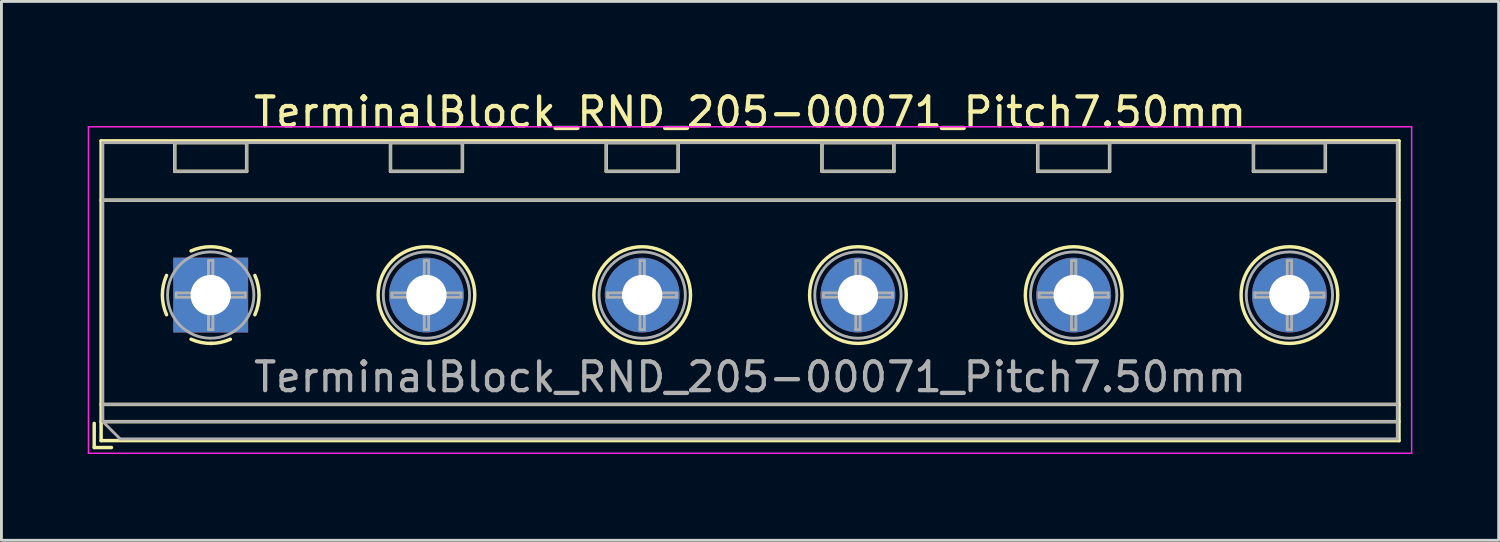
<source format=kicad_pcb>
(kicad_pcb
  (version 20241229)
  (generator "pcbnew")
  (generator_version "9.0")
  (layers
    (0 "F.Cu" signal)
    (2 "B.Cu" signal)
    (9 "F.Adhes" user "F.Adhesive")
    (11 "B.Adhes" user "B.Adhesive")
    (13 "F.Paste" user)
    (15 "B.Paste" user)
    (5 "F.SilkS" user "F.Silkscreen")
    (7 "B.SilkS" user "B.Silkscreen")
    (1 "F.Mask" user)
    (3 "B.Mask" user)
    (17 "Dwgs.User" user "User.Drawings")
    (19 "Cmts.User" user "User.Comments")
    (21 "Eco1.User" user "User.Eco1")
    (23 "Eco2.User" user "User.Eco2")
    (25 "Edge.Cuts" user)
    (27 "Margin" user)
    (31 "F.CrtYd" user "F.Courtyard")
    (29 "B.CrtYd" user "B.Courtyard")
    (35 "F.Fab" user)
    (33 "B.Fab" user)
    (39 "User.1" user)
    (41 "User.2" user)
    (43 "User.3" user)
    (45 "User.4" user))
  (footprint "TerminalBlock_RND_205-00071_Pitch7.50mm"
    (layer "F.Cu")
    (at 4.275 7.208)
    (property "Reference" "TerminalBlock_RND_205-00071_Pitch7.50mm" (at 18.75 -6.36 0) (layer "F.SilkS") (effects (font (size 1 1) (thickness 0.15))))
    (attr through_hole)
    (fp_line (start -4.05 4.46) (end -4.05 5.3) (stroke (width 0.12) (type solid)) (layer "F.SilkS"))
    (fp_line (start -4.05 5.3) (end -3.45 5.3) (stroke (width 0.12) (type solid)) (layer "F.SilkS"))
    (fp_line (start -3.81 -5.36) (end -3.81 5.06) (stroke (width 0.12) (type solid)) (layer "F.SilkS"))
    (fp_line (start -3.81 -3.3) (end 41.31 -3.3) (stroke (width 0.12) (type solid)) (layer "F.SilkS"))
    (fp_line (start -3.81 3.8) (end 41.31 3.8) (stroke (width 0.12) (type solid)) (layer "F.SilkS"))
    (fp_line (start -3.81 4.4) (end 41.31 4.4) (stroke (width 0.12) (type solid)) (layer "F.SilkS"))
    (fp_line (start -3.81 5.06) (end 41.31 5.06) (stroke (width 0.12) (type solid)) (layer "F.SilkS"))
    (fp_line (start -1.25 -5.301) (end -1.25 -4.301) (stroke (width 0.12) (type solid)) (layer "F.SilkS"))
    (fp_line (start -1.25 -5.301) (end 1.25 -5.301) (stroke (width 0.12) (type solid)) (layer "F.SilkS"))
    (fp_line (start -1.25 -4.301) (end 1.25 -4.301) (stroke (width 0.12) (type solid)) (layer "F.SilkS"))
    (fp_line (start 1.25 -5.301) (end 1.25 -4.301) (stroke (width 0.12) (type solid)) (layer "F.SilkS"))
    (fp_line (start 6.25 -5.301) (end 6.25 -4.301) (stroke (width 0.12) (type solid)) (layer "F.SilkS"))
    (fp_line (start 6.25 -5.301) (end 8.75 -5.301) (stroke (width 0.12) (type solid)) (layer "F.SilkS"))
    (fp_line (start 6.25 -4.301) (end 8.75 -4.301) (stroke (width 0.12) (type solid)) (layer "F.SilkS"))
    (fp_line (start 8.75 -5.301) (end 8.75 -4.301) (stroke (width 0.12) (type solid)) (layer "F.SilkS"))
    (fp_line (start 13.75 -5.301) (end 13.75 -4.301) (stroke (width 0.12) (type solid)) (layer "F.SilkS"))
    (fp_line (start 13.75 -5.301) (end 16.25 -5.301) (stroke (width 0.12) (type solid)) (layer "F.SilkS"))
    (fp_line (start 13.75 -4.301) (end 16.25 -4.301) (stroke (width 0.12) (type solid)) (layer "F.SilkS"))
    (fp_line (start 16.25 -5.301) (end 16.25 -4.301) (stroke (width 0.12) (type solid)) (layer "F.SilkS"))
    (fp_line (start 21.25 -5.301) (end 21.25 -4.301) (stroke (width 0.12) (type solid)) (layer "F.SilkS"))
    (fp_line (start 21.25 -5.301) (end 23.75 -5.301) (stroke (width 0.12) (type solid)) (layer "F.SilkS"))
    (fp_line (start 21.25 -4.301) (end 23.75 -4.301) (stroke (width 0.12) (type solid)) (layer "F.SilkS"))
    (fp_line (start 23.75 -5.301) (end 23.75 -4.301) (stroke (width 0.12) (type solid)) (layer "F.SilkS"))
    (fp_line (start 28.75 -5.301) (end 28.75 -4.301) (stroke (width 0.12) (type solid)) (layer "F.SilkS"))
    (fp_line (start 28.75 -5.301) (end 31.25 -5.301) (stroke (width 0.12) (type solid)) (layer "F.SilkS"))
    (fp_line (start 28.75 -4.301) (end 31.25 -4.301) (stroke (width 0.12) (type solid)) (layer "F.SilkS"))
    (fp_line (start 31.25 -5.301) (end 31.25 -4.301) (stroke (width 0.12) (type solid)) (layer "F.SilkS"))
    (fp_line (start 36.25 -5.301) (end 36.25 -4.301) (stroke (width 0.12) (type solid)) (layer "F.SilkS"))
    (fp_line (start 36.25 -5.301) (end 38.75 -5.301) (stroke (width 0.12) (type solid)) (layer "F.SilkS"))
    (fp_line (start 36.25 -4.301) (end 38.75 -4.301) (stroke (width 0.12) (type solid)) (layer "F.SilkS"))
    (fp_line (start 38.75 -5.301) (end 38.75 -4.301) (stroke (width 0.12) (type solid)) (layer "F.SilkS"))
    (fp_line (start 41.31 -5.36) (end -3.81 -5.36) (stroke (width 0.12) (type solid)) (layer "F.SilkS"))
    (fp_line (start 41.31 5.06) (end 41.31 -5.36) (stroke (width 0.12) (type solid)) (layer "F.SilkS"))
    (fp_arc (start -1.535427 0.683042) (mid -1.680501 -0.000524) (end -1.535 -0.684) (stroke (width 0.12) (type solid)) (layer "F.SilkS"))
    (fp_arc (start -0.683042 -1.535427) (mid 0.000524 -1.680501) (end 0.684 -1.535) (stroke (width 0.12) (type solid)) (layer "F.SilkS"))
    (fp_arc (start 0.028805 1.680253) (mid -0.335551 1.646659) (end -0.684 1.535) (stroke (width 0.12) (type solid)) (layer "F.SilkS"))
    (fp_arc (start 0.683318 1.534756) (mid 0.349292 1.643288) (end 0 1.68) (stroke (width 0.12) (type solid)) (layer "F.SilkS"))
    (fp_arc (start 1.535427 -0.683042) (mid 1.680501 0.000524) (end 1.535 0.684) (stroke (width 0.12) (type solid)) (layer "F.SilkS"))
    (fp_circle (center 7.5 0) (end 9.18 0) (stroke (width 0.12) (type solid)) (fill no) (layer "F.SilkS"))
    (fp_circle (center 15 0) (end 16.68 0) (stroke (width 0.12) (type solid)) (fill no) (layer "F.SilkS"))
    (fp_circle (center 22.5 0) (end 24.18 0) (stroke (width 0.12) (type solid)) (fill no) (layer "F.SilkS"))
    (fp_circle (center 30 0) (end 31.68 0) (stroke (width 0.12) (type solid)) (fill no) (layer "F.SilkS"))
    (fp_circle (center 37.5 0) (end 39.18 0) (stroke (width 0.12) (type solid)) (fill no) (layer "F.SilkS"))
    (fp_line (start -4.25 -5.85) (end -4.25 5.5) (stroke (width 0.05) (type solid)) (layer "F.CrtYd"))
    (fp_line (start -4.25 5.5) (end 41.75 5.5) (stroke (width 0.05) (type solid)) (layer "F.CrtYd"))
    (fp_line (start 41.75 -5.85) (end -4.25 -5.85) (stroke (width 0.05) (type solid)) (layer "F.CrtYd"))
    (fp_line (start 41.75 5.5) (end 41.75 -5.85) (stroke (width 0.05) (type solid)) (layer "F.CrtYd"))
    (fp_line (start -3.75 -5.3) (end 41.25 -5.3) (stroke (width 0.1) (type solid)) (layer "F.Fab"))
    (fp_line (start -3.75 -3.3) (end 41.25 -3.3) (stroke (width 0.1) (type solid)) (layer "F.Fab"))
    (fp_line (start -3.75 3.8) (end 41.25 3.8) (stroke (width 0.1) (type solid)) (layer "F.Fab"))
    (fp_line (start -3.75 4.4) (end -3.75 -5.3) (stroke (width 0.1) (type solid)) (layer "F.Fab"))
    (fp_line (start -3.75 4.4) (end 41.25 4.4) (stroke (width 0.1) (type solid)) (layer "F.Fab"))
    (fp_line (start -3.15 5) (end -3.75 4.4) (stroke (width 0.1) (type solid)) (layer "F.Fab"))
    (fp_line (start -1.25 -5.3) (end -1.25 -4.3) (stroke (width 0.1) (type solid)) (layer "F.Fab"))
    (fp_line (start -1.25 -4.3) (end 1.25 -4.3) (stroke (width 0.1) (type solid)) (layer "F.Fab"))
    (fp_line (start -1.201 -0.076) (end -0.076 -0.076) (stroke (width 0.1) (type solid)) (layer "F.Fab"))
    (fp_line (start -1.201 0.076) (end -1.201 -0.076) (stroke (width 0.1) (type solid)) (layer "F.Fab"))
    (fp_line (start -0.076 -1.201) (end 0.076 -1.201) (stroke (width 0.1) (type solid)) (layer "F.Fab"))
    (fp_line (start -0.076 -0.076) (end -0.076 -1.201) (stroke (width 0.1) (type solid)) (layer "F.Fab"))
    (fp_line (start -0.076 0.076) (end -1.201 0.076) (stroke (width 0.1) (type solid)) (layer "F.Fab"))
    (fp_line (start -0.076 1.201) (end -0.076 0.076) (stroke (width 0.1) (type solid)) (layer "F.Fab"))
    (fp_line (start 0.076 -1.201) (end 0.076 -0.076) (stroke (width 0.1) (type solid)) (layer "F.Fab"))
    (fp_line (start 0.076 -0.076) (end 1.201 -0.076) (stroke (width 0.1) (type solid)) (layer "F.Fab"))
    (fp_line (start 0.076 0.076) (end 0.076 1.201) (stroke (width 0.1) (type solid)) (layer "F.Fab"))
    (fp_line (start 0.076 1.201) (end -0.076 1.201) (stroke (width 0.1) (type solid)) (layer "F.Fab"))
    (fp_line (start 1.201 -0.076) (end 1.201 0.076) (stroke (width 0.1) (type solid)) (layer "F.Fab"))
    (fp_line (start 1.201 0.076) (end 0.076 0.076) (stroke (width 0.1) (type solid)) (layer "F.Fab"))
    (fp_line (start 1.25 -5.3) (end -1.25 -5.3) (stroke (width 0.1) (type solid)) (layer "F.Fab"))
    (fp_line (start 1.25 -4.3) (end 1.25 -5.3) (stroke (width 0.1) (type solid)) (layer "F.Fab"))
    (fp_line (start 6.25 -5.3) (end 6.25 -4.3) (stroke (width 0.1) (type solid)) (layer "F.Fab"))
    (fp_line (start 6.25 -4.3) (end 8.75 -4.3) (stroke (width 0.1) (type solid)) (layer "F.Fab"))
    (fp_line (start 6.299 -0.076) (end 7.424 -0.076) (stroke (width 0.1) (type solid)) (layer "F.Fab"))
    (fp_line (start 6.299 0.076) (end 6.299 -0.076) (stroke (width 0.1) (type solid)) (layer "F.Fab"))
    (fp_line (start 7.424 -1.201) (end 7.576 -1.201) (stroke (width 0.1) (type solid)) (layer "F.Fab"))
    (fp_line (start 7.424 -0.076) (end 7.424 -1.201) (stroke (width 0.1) (type solid)) (layer "F.Fab"))
    (fp_line (start 7.424 0.076) (end 6.299 0.076) (stroke (width 0.1) (type solid)) (layer "F.Fab"))
    (fp_line (start 7.424 1.201) (end 7.424 0.076) (stroke (width 0.1) (type solid)) (layer "F.Fab"))
    (fp_line (start 7.576 -1.201) (end 7.576 -0.076) (stroke (width 0.1) (type solid)) (layer "F.Fab"))
    (fp_line (start 7.576 -0.076) (end 8.701 -0.076) (stroke (width 0.1) (type solid)) (layer "F.Fab"))
    (fp_line (start 7.576 0.076) (end 7.576 1.201) (stroke (width 0.1) (type solid)) (layer "F.Fab"))
    (fp_line (start 7.576 1.201) (end 7.424 1.201) (stroke (width 0.1) (type solid)) (layer "F.Fab"))
    (fp_line (start 8.701 -0.076) (end 8.701 0.076) (stroke (width 0.1) (type solid)) (layer "F.Fab"))
    (fp_line (start 8.701 0.076) (end 7.576 0.076) (stroke (width 0.1) (type solid)) (layer "F.Fab"))
    (fp_line (start 8.75 -5.3) (end 6.25 -5.3) (stroke (width 0.1) (type solid)) (layer "F.Fab"))
    (fp_line (start 8.75 -4.3) (end 8.75 -5.3) (stroke (width 0.1) (type solid)) (layer "F.Fab"))
    (fp_line (start 13.75 -5.3) (end 13.75 -4.3) (stroke (width 0.1) (type solid)) (layer "F.Fab"))
    (fp_line (start 13.75 -4.3) (end 16.25 -4.3) (stroke (width 0.1) (type solid)) (layer "F.Fab"))
    (fp_line (start 13.799 -0.076) (end 14.924 -0.076) (stroke (width 0.1) (type solid)) (layer "F.Fab"))
    (fp_line (start 13.799 0.076) (end 13.799 -0.076) (stroke (width 0.1) (type solid)) (layer "F.Fab"))
    (fp_line (start 14.924 -1.201) (end 15.076 -1.201) (stroke (width 0.1) (type solid)) (layer "F.Fab"))
    (fp_line (start 14.924 -0.076) (end 14.924 -1.201) (stroke (width 0.1) (type solid)) (layer "F.Fab"))
    (fp_line (start 14.924 0.076) (end 13.799 0.076) (stroke (width 0.1) (type solid)) (layer "F.Fab"))
    (fp_line (start 14.924 1.201) (end 14.924 0.076) (stroke (width 0.1) (type solid)) (layer "F.Fab"))
    (fp_line (start 15.076 -1.201) (end 15.076 -0.076) (stroke (width 0.1) (type solid)) (layer "F.Fab"))
    (fp_line (start 15.076 -0.076) (end 16.201 -0.076) (stroke (width 0.1) (type solid)) (layer "F.Fab"))
    (fp_line (start 15.076 0.076) (end 15.076 1.201) (stroke (width 0.1) (type solid)) (layer "F.Fab"))
    (fp_line (start 15.076 1.201) (end 14.924 1.201) (stroke (width 0.1) (type solid)) (layer "F.Fab"))
    (fp_line (start 16.201 -0.076) (end 16.201 0.076) (stroke (width 0.1) (type solid)) (layer "F.Fab"))
    (fp_line (start 16.201 0.076) (end 15.076 0.076) (stroke (width 0.1) (type solid)) (layer "F.Fab"))
    (fp_line (start 16.25 -5.3) (end 13.75 -5.3) (stroke (width 0.1) (type solid)) (layer "F.Fab"))
    (fp_line (start 16.25 -4.3) (end 16.25 -5.3) (stroke (width 0.1) (type solid)) (layer "F.Fab"))
    (fp_line (start 21.25 -5.3) (end 21.25 -4.3) (stroke (width 0.1) (type solid)) (layer "F.Fab"))
    (fp_line (start 21.25 -4.3) (end 23.75 -4.3) (stroke (width 0.1) (type solid)) (layer "F.Fab"))
    (fp_line (start 21.299 -0.076) (end 22.424 -0.076) (stroke (width 0.1) (type solid)) (layer "F.Fab"))
    (fp_line (start 21.299 0.076) (end 21.299 -0.076) (stroke (width 0.1) (type solid)) (layer "F.Fab"))
    (fp_line (start 22.424 -1.201) (end 22.576 -1.201) (stroke (width 0.1) (type solid)) (layer "F.Fab"))
    (fp_line (start 22.424 -0.076) (end 22.424 -1.201) (stroke (width 0.1) (type solid)) (layer "F.Fab"))
    (fp_line (start 22.424 0.076) (end 21.299 0.076) (stroke (width 0.1) (type solid)) (layer "F.Fab"))
    (fp_line (start 22.424 1.201) (end 22.424 0.076) (stroke (width 0.1) (type solid)) (layer "F.Fab"))
    (fp_line (start 22.576 -1.201) (end 22.576 -0.076) (stroke (width 0.1) (type solid)) (layer "F.Fab"))
    (fp_line (start 22.576 -0.076) (end 23.701 -0.076) (stroke (width 0.1) (type solid)) (layer "F.Fab"))
    (fp_line (start 22.576 0.076) (end 22.576 1.201) (stroke (width 0.1) (type solid)) (layer "F.Fab"))
    (fp_line (start 22.576 1.201) (end 22.424 1.201) (stroke (width 0.1) (type solid)) (layer "F.Fab"))
    (fp_line (start 23.701 -0.076) (end 23.701 0.076) (stroke (width 0.1) (type solid)) (layer "F.Fab"))
    (fp_line (start 23.701 0.076) (end 22.576 0.076) (stroke (width 0.1) (type solid)) (layer "F.Fab"))
    (fp_line (start 23.75 -5.3) (end 21.25 -5.3) (stroke (width 0.1) (type solid)) (layer "F.Fab"))
    (fp_line (start 23.75 -4.3) (end 23.75 -5.3) (stroke (width 0.1) (type solid)) (layer "F.Fab"))
    (fp_line (start 28.75 -5.3) (end 28.75 -4.3) (stroke (width 0.1) (type solid)) (layer "F.Fab"))
    (fp_line (start 28.75 -4.3) (end 31.25 -4.3) (stroke (width 0.1) (type solid)) (layer "F.Fab"))
    (fp_line (start 28.799 -0.076) (end 29.924 -0.076) (stroke (width 0.1) (type solid)) (layer "F.Fab"))
    (fp_line (start 28.799 0.076) (end 28.799 -0.076) (stroke (width 0.1) (type solid)) (layer "F.Fab"))
    (fp_line (start 29.924 -1.201) (end 30.076 -1.201) (stroke (width 0.1) (type solid)) (layer "F.Fab"))
    (fp_line (start 29.924 -0.076) (end 29.924 -1.201) (stroke (width 0.1) (type solid)) (layer "F.Fab"))
    (fp_line (start 29.924 0.076) (end 28.799 0.076) (stroke (width 0.1) (type solid)) (layer "F.Fab"))
    (fp_line (start 29.924 1.201) (end 29.924 0.076) (stroke (width 0.1) (type solid)) (layer "F.Fab"))
    (fp_line (start 30.076 -1.201) (end 30.076 -0.076) (stroke (width 0.1) (type solid)) (layer "F.Fab"))
    (fp_line (start 30.076 -0.076) (end 31.201 -0.076) (stroke (width 0.1) (type solid)) (layer "F.Fab"))
    (fp_line (start 30.076 0.076) (end 30.076 1.201) (stroke (width 0.1) (type solid)) (layer "F.Fab"))
    (fp_line (start 30.076 1.201) (end 29.924 1.201) (stroke (width 0.1) (type solid)) (layer "F.Fab"))
    (fp_line (start 31.201 -0.076) (end 31.201 0.076) (stroke (width 0.1) (type solid)) (layer "F.Fab"))
    (fp_line (start 31.201 0.076) (end 30.076 0.076) (stroke (width 0.1) (type solid)) (layer "F.Fab"))
    (fp_line (start 31.25 -5.3) (end 28.75 -5.3) (stroke (width 0.1) (type solid)) (layer "F.Fab"))
    (fp_line (start 31.25 -4.3) (end 31.25 -5.3) (stroke (width 0.1) (type solid)) (layer "F.Fab"))
    (fp_line (start 36.25 -5.3) (end 36.25 -4.3) (stroke (width 0.1) (type solid)) (layer "F.Fab"))
    (fp_line (start 36.25 -4.3) (end 38.75 -4.3) (stroke (width 0.1) (type solid)) (layer "F.Fab"))
    (fp_line (start 36.299 -0.076) (end 37.424 -0.076) (stroke (width 0.1) (type solid)) (layer "F.Fab"))
    (fp_line (start 36.299 0.076) (end 36.299 -0.076) (stroke (width 0.1) (type solid)) (layer "F.Fab"))
    (fp_line (start 37.424 -1.201) (end 37.576 -1.201) (stroke (width 0.1) (type solid)) (layer "F.Fab"))
    (fp_line (start 37.424 -0.076) (end 37.424 -1.201) (stroke (width 0.1) (type solid)) (layer "F.Fab"))
    (fp_line (start 37.424 0.076) (end 36.299 0.076) (stroke (width 0.1) (type solid)) (layer "F.Fab"))
    (fp_line (start 37.424 1.201) (end 37.424 0.076) (stroke (width 0.1) (type solid)) (layer "F.Fab"))
    (fp_line (start 37.576 -1.201) (end 37.576 -0.076) (stroke (width 0.1) (type solid)) (layer "F.Fab"))
    (fp_line (start 37.576 -0.076) (end 38.701 -0.076) (stroke (width 0.1) (type solid)) (layer "F.Fab"))
    (fp_line (start 37.576 0.076) (end 37.576 1.201) (stroke (width 0.1) (type solid)) (layer "F.Fab"))
    (fp_line (start 37.576 1.201) (end 37.424 1.201) (stroke (width 0.1) (type solid)) (layer "F.Fab"))
    (fp_line (start 38.701 -0.076) (end 38.701 0.076) (stroke (width 0.1) (type solid)) (layer "F.Fab"))
    (fp_line (start 38.701 0.076) (end 37.576 0.076) (stroke (width 0.1) (type solid)) (layer "F.Fab"))
    (fp_line (start 38.75 -5.3) (end 36.25 -5.3) (stroke (width 0.1) (type solid)) (layer "F.Fab"))
    (fp_line (start 38.75 -4.3) (end 38.75 -5.3) (stroke (width 0.1) (type solid)) (layer "F.Fab"))
    (fp_line (start 41.25 -5.3) (end 41.25 5) (stroke (width 0.1) (type solid)) (layer "F.Fab"))
    (fp_line (start 41.25 5) (end -3.15 5) (stroke (width 0.1) (type solid)) (layer "F.Fab"))
    (fp_circle (center 0 0) (end 1.5 0) (stroke (width 0.1) (type solid)) (fill no) (layer "F.Fab"))
    (fp_circle (center 7.5 0) (end 9 0) (stroke (width 0.1) (type solid)) (fill no) (layer "F.Fab"))
    (fp_circle (center 15 0) (end 16.5 0) (stroke (width 0.1) (type solid)) (fill no) (layer "F.Fab"))
    (fp_circle (center 22.5 0) (end 24 0) (stroke (width 0.1) (type solid)) (fill no) (layer "F.Fab"))
    (fp_circle (center 30 0) (end 31.5 0) (stroke (width 0.1) (type solid)) (fill no) (layer "F.Fab"))
    (fp_circle (center 37.5 0) (end 39 0) (stroke (width 0.1) (type solid)) (fill no) (layer "F.Fab"))
    (fp_text user "${REFERENCE}" (at 18.75 2.85 0) (layer "F.Fab") (effects (font (size 1 1) (thickness 0.15))))
    (pad "1" thru_hole rect (at 0 0) (size 2.6 2.6) (drill 1.4) (layers "*.Cu" "*.Mask"))
    (pad "2" thru_hole oval (at 7.5 0) (size 2.6 2.6) (drill 1.4) (layers "*.Cu" "*.Mask"))
    (pad "3" thru_hole oval (at 15 0) (size 2.6 2.6) (drill 1.4) (layers "*.Cu" "*.Mask"))
    (pad "4" thru_hole oval (at 22.5 0) (size 2.6 2.6) (drill 1.4) (layers "*.Cu" "*.Mask"))
    (pad "5" thru_hole oval (at 30 0) (size 2.6 2.6) (drill 1.4) (layers "*.Cu" "*.Mask"))
    (pad "6" thru_hole oval (at 37.5 0) (size 2.6 2.6) (drill 1.4) (layers "*.Cu" "*.Mask")))
  (gr_rect
    (start -3 -3)
    (end 49.05 15.733)
    (stroke (width 0.1) (type default))
    (fill no)
    (layer "Edge.Cuts")))
</source>
